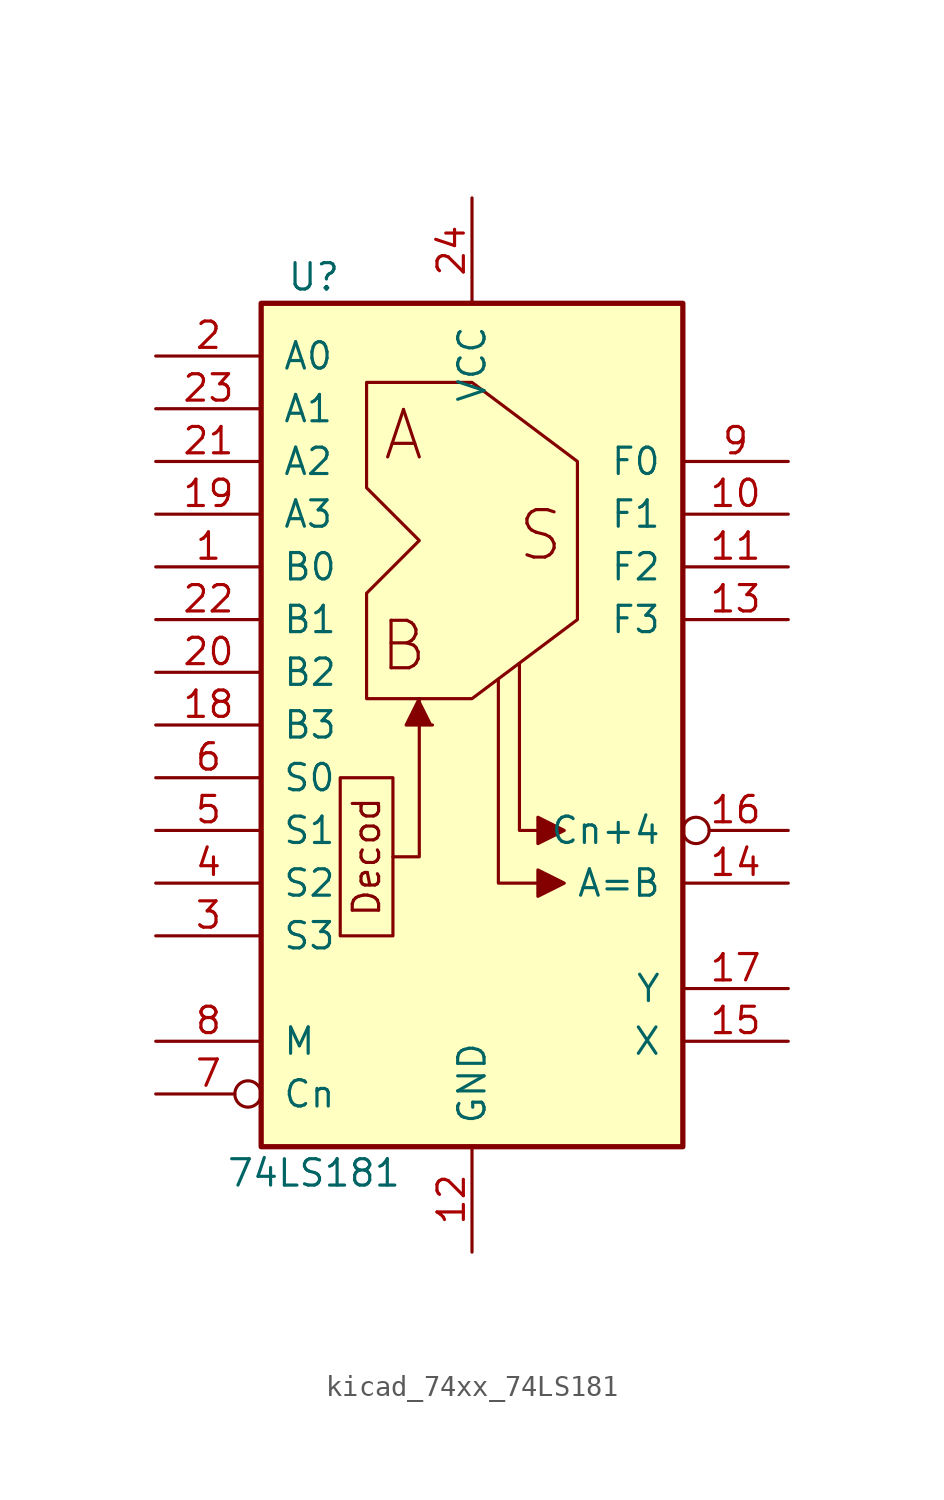
<source format=kicad_sym>
(kicad_symbol_lib
  (version 20220914)
  (generator kicad_symbol_editor)
  (symbol "kicad_74xx_74LS181"
    (pin_names
      (offset 1.016))
    (property "Reference" "U"
      (at -7.62 21.59 0)
      (effects (font (size 1.27 1.27))))
    (property "Value" "74LS181"
      (at -7.62 -21.59 0)
      (effects (font (size 1.27 1.27))))
    (property "ki_locked" ""
      (at 0 0 0)
      (effects (font (size 1.27 1.27))))
    (symbol "kicad_74xx_74LS181_1_0"
      (polyline (pts (xy -3.81 -6.35) (xy -2.54 -6.35) (xy -2.54 1.27)) (stroke (width 0) (type default)) (fill (type none)))
      (polyline (pts (xy -2.54 1.27) (xy -3.175 0) (xy -1.905 0)) (stroke (width 0) (type default)) (fill (type outline)))
      (polyline (pts (xy 1.27 2.159) (xy 1.27 -7.62) (xy 3.175 -7.62)) (stroke (width 0) (type default)) (fill (type none)))
      (polyline (pts (xy 3.175 -5.08) (xy 2.286 -5.08) (xy 2.286 2.921)) (stroke (width 0) (type default)) (fill (type none)))
      (polyline (pts (xy 4.445 -7.62) (xy 3.175 -6.985) (xy 3.175 -8.255) (xy 4.445 -7.62)) (stroke (width 0) (type default)) (fill (type outline)))
      (polyline (pts (xy 4.445 -5.08) (xy 3.175 -4.445) (xy 3.175 -5.715) (xy 4.445 -5.08)) (stroke (width 0) (type default)) (fill (type outline)))
      (polyline (pts (xy -6.35 -2.54) (xy -6.35 -10.16) (xy -3.81 -10.16) (xy -3.81 -2.54) (xy -6.35 -2.54)) (stroke (width 0) (type default)) (fill (type none)))
      (polyline (pts (xy -5.08 16.51) (xy -5.08 11.43) (xy -2.54 8.89) (xy -5.08 6.35) (xy -5.08 1.27) (xy 0 1.27) (xy 5.08 5.08) (xy 5.08 12.7) (xy 0 16.51) (xy -5.08 16.51)) (stroke (width 0) (type default)) (fill (type none)))
      (text "A" (at -3.302 13.97 0) (effects (font (size 2.286 2.286))))
      (text "B" (at -3.302 3.81 0) (effects (font (size 2.286 2.286))))
      (text "Decod" (at -5.08 -6.35 900) (effects (font (size 1.27 1.27))))
      (text "S" (at 3.302 9.144 0) (effects (font (size 2.286 2.286))))
      (pin input line (at -15.24 7.62 0) (length 5.08) (name "B0" (effects (font (size 1.27 1.27)))) (number "1" (effects (font (size 1.27 1.27)))))
      (pin output line (at 15.24 10.16 180) (length 5.08) (name "F1" (effects (font (size 1.27 1.27)))) (number "10" (effects (font (size 1.27 1.27)))))
      (pin output line (at 15.24 7.62 180) (length 5.08) (name "F2" (effects (font (size 1.27 1.27)))) (number "11" (effects (font (size 1.27 1.27)))))
      (pin power_in line (at 0 -25.4 90) (length 5.08) (name "GND" (effects (font (size 1.27 1.27)))) (number "12" (effects (font (size 1.27 1.27)))))
      (pin output line (at 15.24 5.08 180) (length 5.08) (name "F3" (effects (font (size 1.27 1.27)))) (number "13" (effects (font (size 1.27 1.27)))))
      (pin output line (at 15.24 -7.62 180) (length 5.08) (name "A=B" (effects (font (size 1.27 1.27)))) (number "14" (effects (font (size 1.27 1.27)))))
      (pin output line (at 15.24 -15.24 180) (length 5.08) (name "X" (effects (font (size 1.27 1.27)))) (number "15" (effects (font (size 1.27 1.27)))))
      (pin output inverted (at 15.24 -5.08 180) (length 5.08) (name "Cn+4" (effects (font (size 1.27 1.27)))) (number "16" (effects (font (size 1.27 1.27)))))
      (pin output line (at 15.24 -12.7 180) (length 5.08) (name "Y" (effects (font (size 1.27 1.27)))) (number "17" (effects (font (size 1.27 1.27)))))
      (pin input line (at -15.24 0 0) (length 5.08) (name "B3" (effects (font (size 1.27 1.27)))) (number "18" (effects (font (size 1.27 1.27)))))
      (pin input line (at -15.24 10.16 0) (length 5.08) (name "A3" (effects (font (size 1.27 1.27)))) (number "19" (effects (font (size 1.27 1.27)))))
      (pin input line (at -15.24 17.78 0) (length 5.08) (name "A0" (effects (font (size 1.27 1.27)))) (number "2" (effects (font (size 1.27 1.27)))))
      (pin input line (at -15.24 2.54 0) (length 5.08) (name "B2" (effects (font (size 1.27 1.27)))) (number "20" (effects (font (size 1.27 1.27)))))
      (pin input line (at -15.24 12.7 0) (length 5.08) (name "A2" (effects (font (size 1.27 1.27)))) (number "21" (effects (font (size 1.27 1.27)))))
      (pin input line (at -15.24 5.08 0) (length 5.08) (name "B1" (effects (font (size 1.27 1.27)))) (number "22" (effects (font (size 1.27 1.27)))))
      (pin input line (at -15.24 15.24 0) (length 5.08) (name "A1" (effects (font (size 1.27 1.27)))) (number "23" (effects (font (size 1.27 1.27)))))
      (pin power_in line (at 0 25.4 270) (length 5.08) (name "VCC" (effects (font (size 1.27 1.27)))) (number "24" (effects (font (size 1.27 1.27)))))
      (pin input line (at -15.24 -10.16 0) (length 5.08) (name "S3" (effects (font (size 1.27 1.27)))) (number "3" (effects (font (size 1.27 1.27)))))
      (pin input line (at -15.24 -7.62 0) (length 5.08) (name "S2" (effects (font (size 1.27 1.27)))) (number "4" (effects (font (size 1.27 1.27)))))
      (pin input line (at -15.24 -5.08 0) (length 5.08) (name "S1" (effects (font (size 1.27 1.27)))) (number "5" (effects (font (size 1.27 1.27)))))
      (pin input line (at -15.24 -2.54 0) (length 5.08) (name "S0" (effects (font (size 1.27 1.27)))) (number "6" (effects (font (size 1.27 1.27)))))
      (pin input inverted (at -15.24 -17.78 0) (length 5.08) (name "Cn" (effects (font (size 1.27 1.27)))) (number "7" (effects (font (size 1.27 1.27)))))
      (pin input line (at -15.24 -15.24 0) (length 5.08) (name "M" (effects (font (size 1.27 1.27)))) (number "8" (effects (font (size 1.27 1.27)))))
      (pin output line (at 15.24 12.7 180) (length 5.08) (name "F0" (effects (font (size 1.27 1.27)))) (number "9" (effects (font (size 1.27 1.27))))))
    (symbol "kicad_74xx_74LS181_1_1"
      (rectangle (start -10.16 20.32) (end 10.16 -20.32) (stroke (width 0.254) (type default)) (fill (type background))))))
</source>
